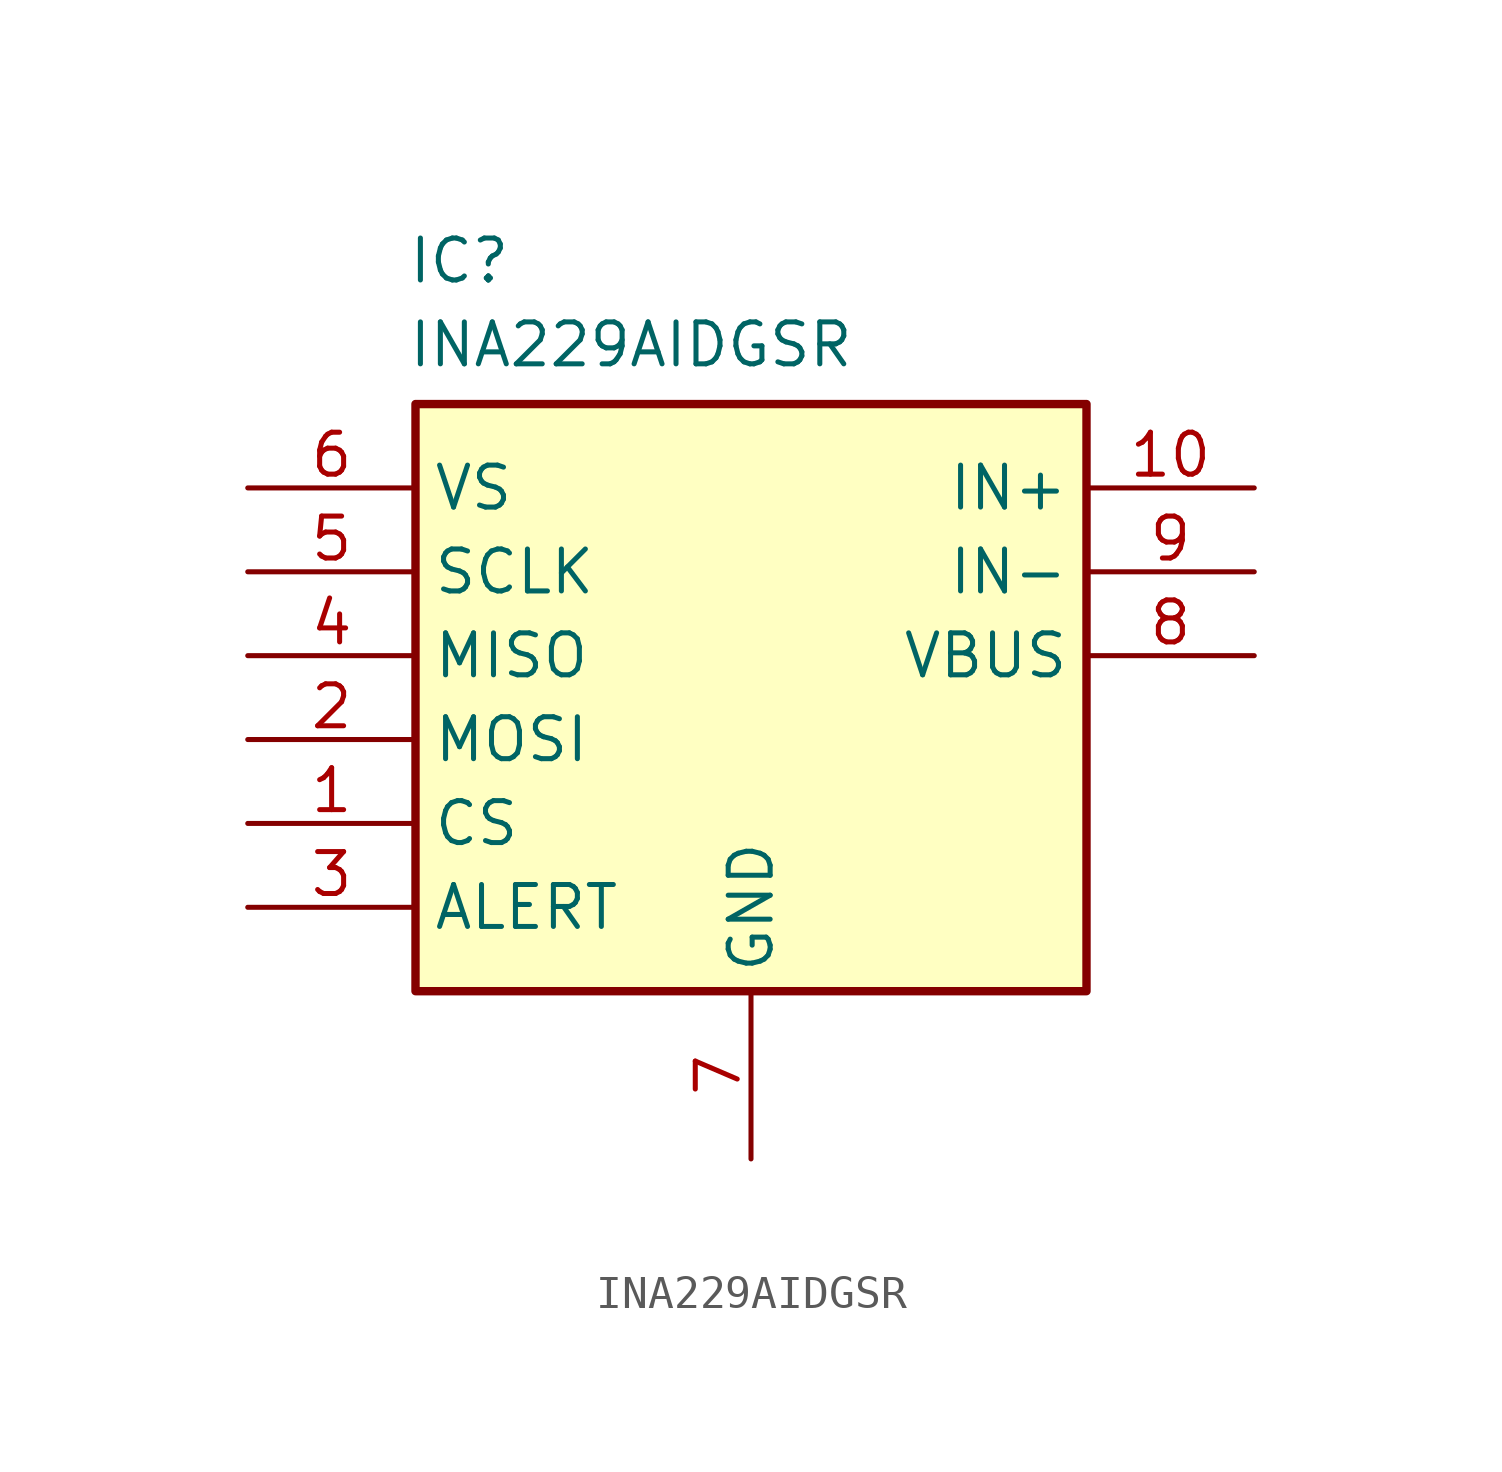
<source format=kicad_sym>
(kicad_symbol_lib
  (version 20231120)
  (generator "kicad_symbol_editor")
  (generator_version "8.0")
  (symbol "INA229AIDGSR"
    (property "Reference" "IC"
      (at 4.826 7.62 0)
      (effects (font (size 1.27 1.27)) (justify left top)))
    (property "Value" "INA229AIDGSR"
      (at 4.826 5.08 0)
      (effects (font (size 1.27 1.27)) (justify left top)))
    (symbol "INA229AIDGSR_1_1"
      (rectangle (start 5.08 2.54) (end 25.4 -15.24) (stroke (width 0.254) (type default)) (fill (type background)))
      (pin passive line (at 0 -10.16 0) (length 5.08) (name "CS" (effects (font (size 1.27 1.27)))) (number "1" (effects (font (size 1.27 1.27)))))
      (pin passive line (at 30.48 0 180) (length 5.08) (name "IN+" (effects (font (size 1.27 1.27)))) (number "10" (effects (font (size 1.27 1.27)))))
      (pin passive line (at 0 -7.62 0) (length 5.08) (name "MOSI" (effects (font (size 1.27 1.27)))) (number "2" (effects (font (size 1.27 1.27)))))
      (pin passive line (at 0 -12.7 0) (length 5.08) (name "ALERT" (effects (font (size 1.27 1.27)))) (number "3" (effects (font (size 1.27 1.27)))))
      (pin passive line (at 0 -5.08 0) (length 5.08) (name "MISO" (effects (font (size 1.27 1.27)))) (number "4" (effects (font (size 1.27 1.27)))))
      (pin passive line (at 0 -2.54 0) (length 5.08) (name "SCLK" (effects (font (size 1.27 1.27)))) (number "5" (effects (font (size 1.27 1.27)))))
      (pin passive line (at 0 0 0) (length 5.08) (name "VS" (effects (font (size 1.27 1.27)))) (number "6" (effects (font (size 1.27 1.27)))))
      (pin passive line (at 15.24 -20.32 90) (length 5.08) (name "GND" (effects (font (size 1.27 1.27)))) (number "7" (effects (font (size 1.27 1.27)))))
      (pin passive line (at 30.48 -5.08 180) (length 5.08) (name "VBUS" (effects (font (size 1.27 1.27)))) (number "8" (effects (font (size 1.27 1.27)))))
      (pin passive line (at 30.48 -2.54 180) (length 5.08) (name "IN-" (effects (font (size 1.27 1.27)))) (number "9" (effects (font (size 1.27 1.27))))))))
</source>
